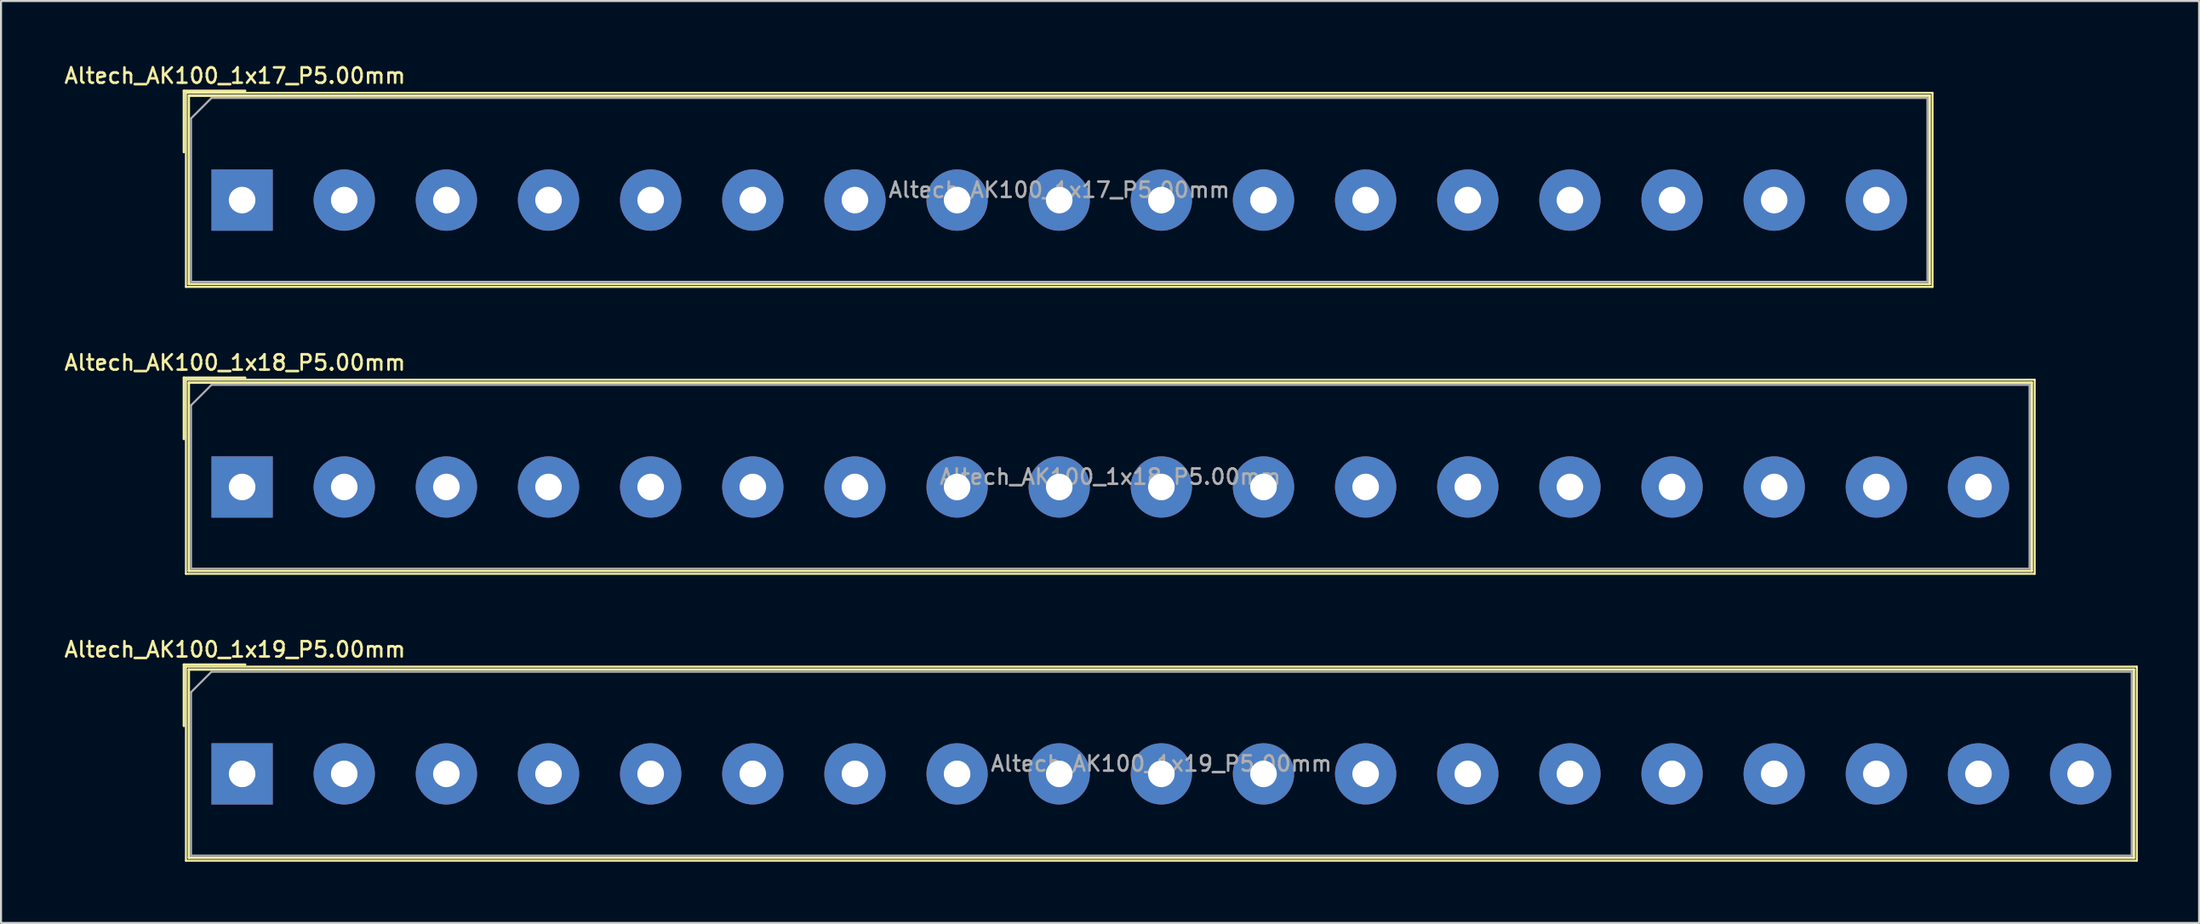
<source format=kicad_pcb>
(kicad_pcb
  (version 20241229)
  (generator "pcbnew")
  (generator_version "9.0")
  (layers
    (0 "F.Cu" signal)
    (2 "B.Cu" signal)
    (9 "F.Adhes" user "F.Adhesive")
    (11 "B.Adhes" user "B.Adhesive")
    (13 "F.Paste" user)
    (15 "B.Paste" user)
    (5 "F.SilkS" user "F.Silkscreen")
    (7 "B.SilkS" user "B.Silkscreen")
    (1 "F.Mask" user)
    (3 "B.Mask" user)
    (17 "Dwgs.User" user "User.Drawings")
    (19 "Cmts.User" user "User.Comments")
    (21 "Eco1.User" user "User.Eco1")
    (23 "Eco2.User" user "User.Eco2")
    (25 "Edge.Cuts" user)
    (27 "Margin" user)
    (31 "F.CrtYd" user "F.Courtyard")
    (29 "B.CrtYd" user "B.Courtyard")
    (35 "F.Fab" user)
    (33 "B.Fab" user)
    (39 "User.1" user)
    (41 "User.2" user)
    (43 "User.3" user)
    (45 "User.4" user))
  (footprint "Altech_AK100_1x18_P5.00mm"
    (layer "F.Cu")
    (at 8.802 20.796)
    (property "Reference" "Altech_AK100_1x18_P5.00mm" (at -0.35 -6.09 0) (layer "F.SilkS") (effects (font (size 0.75 0.75) (thickness 0.125))))
    (attr through_hole)
    (fp_line (start -2.85 -5.35) (end 0.15 -5.35) (stroke (width 0.12) (type solid)) (layer "F.SilkS"))
    (fp_line (start -2.85 -2.35) (end -2.85 -5.35) (stroke (width 0.12) (type solid)) (layer "F.SilkS"))
    (fp_line (start -2.75 -5.25) (end -2.75 4.25) (stroke (width 0.1) (type solid)) (layer "F.SilkS"))
    (fp_line (start -2.75 -5.25) (end 87.75 -5.25) (stroke (width 0.1) (type solid)) (layer "F.SilkS"))
    (fp_line (start -2.75 4.25) (end 87.75 4.25) (stroke (width 0.1) (type solid)) (layer "F.SilkS"))
    (fp_line (start -2.61 -5.11) (end -2.61 4.11) (stroke (width 0.12) (type solid)) (layer "F.SilkS"))
    (fp_line (start -2.61 -5.11) (end 87.61 -5.11) (stroke (width 0.12) (type solid)) (layer "F.SilkS"))
    (fp_line (start -2.61 4.11) (end 87.61 4.11) (stroke (width 0.12) (type solid)) (layer "F.SilkS"))
    (fp_line (start 87.61 -5.11) (end 87.61 4.11) (stroke (width 0.12) (type solid)) (layer "F.SilkS"))
    (fp_line (start 87.75 -5.25) (end 87.75 4.25) (stroke (width 0.1) (type solid)) (layer "F.SilkS"))
    (fp_line (start -2.5 -4) (end -1.5 -5) (stroke (width 0.1) (type solid)) (layer "F.Fab"))
    (fp_line (start -2.5 4) (end -2.5 -4) (stroke (width 0.1) (type solid)) (layer "F.Fab"))
    (fp_line (start -1.5 -5) (end 87.5 -5) (stroke (width 0.1) (type solid)) (layer "F.Fab"))
    (fp_line (start 87.5 -5) (end 87.5 4) (stroke (width 0.1) (type solid)) (layer "F.Fab"))
    (fp_line (start 87.5 4) (end -2.5 4) (stroke (width 0.1) (type solid)) (layer "F.Fab"))
    (fp_text user "${REFERENCE}" (at 42.5 -0.5 0) (layer "F.Fab") (effects (font (size 0.75 0.75) (thickness 0.125))))
    (pad "1" thru_hole rect (at 0 0) (size 3 3) (drill 1.3) (layers "*.Cu" "*.Mask"))
    (pad "2" thru_hole circle (at 5 0) (size 3 3) (drill 1.3) (layers "*.Cu" "*.Mask"))
    (pad "3" thru_hole circle (at 10 0) (size 3 3) (drill 1.3) (layers "*.Cu" "*.Mask"))
    (pad "4" thru_hole circle (at 15 0) (size 3 3) (drill 1.3) (layers "*.Cu" "*.Mask"))
    (pad "5" thru_hole circle (at 20 0) (size 3 3) (drill 1.3) (layers "*.Cu" "*.Mask"))
    (pad "6" thru_hole circle (at 25 0) (size 3 3) (drill 1.3) (layers "*.Cu" "*.Mask"))
    (pad "7" thru_hole circle (at 30 0) (size 3 3) (drill 1.3) (layers "*.Cu" "*.Mask"))
    (pad "8" thru_hole circle (at 35 0) (size 3 3) (drill 1.3) (layers "*.Cu" "*.Mask"))
    (pad "9" thru_hole circle (at 40 0) (size 3 3) (drill 1.3) (layers "*.Cu" "*.Mask"))
    (pad "10" thru_hole circle (at 45 0) (size 3 3) (drill 1.3) (layers "*.Cu" "*.Mask"))
    (pad "11" thru_hole circle (at 50 0) (size 3 3) (drill 1.3) (layers "*.Cu" "*.Mask"))
    (pad "12" thru_hole circle (at 55 0) (size 3 3) (drill 1.3) (layers "*.Cu" "*.Mask"))
    (pad "13" thru_hole circle (at 60 0) (size 3 3) (drill 1.3) (layers "*.Cu" "*.Mask"))
    (pad "14" thru_hole circle (at 65 0) (size 3 3) (drill 1.3) (layers "*.Cu" "*.Mask"))
    (pad "15" thru_hole circle (at 70 0) (size 3 3) (drill 1.3) (layers "*.Cu" "*.Mask"))
    (pad "16" thru_hole circle (at 75 0) (size 3 3) (drill 1.3) (layers "*.Cu" "*.Mask"))
    (pad "17" thru_hole circle (at 80 0) (size 3 3) (drill 1.3) (layers "*.Cu" "*.Mask"))
    (pad "18" thru_hole circle (at 85 0) (size 3 3) (drill 1.3) (layers "*.Cu" "*.Mask")))
  (footprint "Altech_AK100_1x19_P5.00mm"
    (layer "F.Cu")
    (at 8.802 34.844)
    (property "Reference" "Altech_AK100_1x19_P5.00mm" (at -0.35 -6.09 0) (layer "F.SilkS") (effects (font (size 0.75 0.75) (thickness 0.125))))
    (attr through_hole)
    (fp_line (start -2.85 -5.35) (end 0.15 -5.35) (stroke (width 0.12) (type solid)) (layer "F.SilkS"))
    (fp_line (start -2.85 -2.35) (end -2.85 -5.35) (stroke (width 0.12) (type solid)) (layer "F.SilkS"))
    (fp_line (start -2.75 -5.25) (end -2.75 4.25) (stroke (width 0.1) (type solid)) (layer "F.SilkS"))
    (fp_line (start -2.75 -5.25) (end 92.75 -5.25) (stroke (width 0.1) (type solid)) (layer "F.SilkS"))
    (fp_line (start -2.75 4.25) (end 92.75 4.25) (stroke (width 0.1) (type solid)) (layer "F.SilkS"))
    (fp_line (start -2.61 -5.11) (end -2.61 4.11) (stroke (width 0.12) (type solid)) (layer "F.SilkS"))
    (fp_line (start -2.61 -5.11) (end 92.61 -5.11) (stroke (width 0.12) (type solid)) (layer "F.SilkS"))
    (fp_line (start -2.61 4.11) (end 92.61 4.11) (stroke (width 0.12) (type solid)) (layer "F.SilkS"))
    (fp_line (start 92.61 -5.11) (end 92.61 4.11) (stroke (width 0.12) (type solid)) (layer "F.SilkS"))
    (fp_line (start 92.75 -5.25) (end 92.75 4.25) (stroke (width 0.1) (type solid)) (layer "F.SilkS"))
    (fp_line (start -2.5 -4) (end -1.5 -5) (stroke (width 0.1) (type solid)) (layer "F.Fab"))
    (fp_line (start -2.5 4) (end -2.5 -4) (stroke (width 0.1) (type solid)) (layer "F.Fab"))
    (fp_line (start -1.5 -5) (end 92.5 -5) (stroke (width 0.1) (type solid)) (layer "F.Fab"))
    (fp_line (start 92.5 -5) (end 92.5 4) (stroke (width 0.1) (type solid)) (layer "F.Fab"))
    (fp_line (start 92.5 4) (end -2.5 4) (stroke (width 0.1) (type solid)) (layer "F.Fab"))
    (fp_text user "${REFERENCE}" (at 45 -0.5 0) (layer "F.Fab") (effects (font (size 0.75 0.75) (thickness 0.125))))
    (pad "1" thru_hole rect (at 0 0) (size 3 3) (drill 1.3) (layers "*.Cu" "*.Mask"))
    (pad "2" thru_hole circle (at 5 0) (size 3 3) (drill 1.3) (layers "*.Cu" "*.Mask"))
    (pad "3" thru_hole circle (at 10 0) (size 3 3) (drill 1.3) (layers "*.Cu" "*.Mask"))
    (pad "4" thru_hole circle (at 15 0) (size 3 3) (drill 1.3) (layers "*.Cu" "*.Mask"))
    (pad "5" thru_hole circle (at 20 0) (size 3 3) (drill 1.3) (layers "*.Cu" "*.Mask"))
    (pad "6" thru_hole circle (at 25 0) (size 3 3) (drill 1.3) (layers "*.Cu" "*.Mask"))
    (pad "7" thru_hole circle (at 30 0) (size 3 3) (drill 1.3) (layers "*.Cu" "*.Mask"))
    (pad "8" thru_hole circle (at 35 0) (size 3 3) (drill 1.3) (layers "*.Cu" "*.Mask"))
    (pad "9" thru_hole circle (at 40 0) (size 3 3) (drill 1.3) (layers "*.Cu" "*.Mask"))
    (pad "10" thru_hole circle (at 45 0) (size 3 3) (drill 1.3) (layers "*.Cu" "*.Mask"))
    (pad "11" thru_hole circle (at 50 0) (size 3 3) (drill 1.3) (layers "*.Cu" "*.Mask"))
    (pad "12" thru_hole circle (at 55 0) (size 3 3) (drill 1.3) (layers "*.Cu" "*.Mask"))
    (pad "13" thru_hole circle (at 60 0) (size 3 3) (drill 1.3) (layers "*.Cu" "*.Mask"))
    (pad "14" thru_hole circle (at 65 0) (size 3 3) (drill 1.3) (layers "*.Cu" "*.Mask"))
    (pad "15" thru_hole circle (at 70 0) (size 3 3) (drill 1.3) (layers "*.Cu" "*.Mask"))
    (pad "16" thru_hole circle (at 75 0) (size 3 3) (drill 1.3) (layers "*.Cu" "*.Mask"))
    (pad "17" thru_hole circle (at 80 0) (size 3 3) (drill 1.3) (layers "*.Cu" "*.Mask"))
    (pad "18" thru_hole circle (at 85 0) (size 3 3) (drill 1.3) (layers "*.Cu" "*.Mask"))
    (pad "19" thru_hole circle (at 90 0) (size 3 3) (drill 1.3) (layers "*.Cu" "*.Mask")))
  (footprint "Altech_AK100_1x17_P5.00mm"
    (layer "F.Cu")
    (at 8.802 6.748)
    (property "Reference" "Altech_AK100_1x17_P5.00mm" (at -0.35 -6.09 0) (layer "F.SilkS") (effects (font (size 0.75 0.75) (thickness 0.125))))
    (attr through_hole)
    (fp_line (start -2.85 -5.35) (end 0.15 -5.35) (stroke (width 0.12) (type solid)) (layer "F.SilkS"))
    (fp_line (start -2.85 -2.35) (end -2.85 -5.35) (stroke (width 0.12) (type solid)) (layer "F.SilkS"))
    (fp_line (start -2.75 -5.25) (end -2.75 4.25) (stroke (width 0.1) (type solid)) (layer "F.SilkS"))
    (fp_line (start -2.75 -5.25) (end 82.75 -5.25) (stroke (width 0.1) (type solid)) (layer "F.SilkS"))
    (fp_line (start -2.75 4.25) (end 82.75 4.25) (stroke (width 0.1) (type solid)) (layer "F.SilkS"))
    (fp_line (start -2.61 -5.11) (end -2.61 4.11) (stroke (width 0.12) (type solid)) (layer "F.SilkS"))
    (fp_line (start -2.61 -5.11) (end 82.61 -5.11) (stroke (width 0.12) (type solid)) (layer "F.SilkS"))
    (fp_line (start -2.61 4.11) (end 82.61 4.11) (stroke (width 0.12) (type solid)) (layer "F.SilkS"))
    (fp_line (start 82.61 -5.11) (end 82.61 4.11) (stroke (width 0.12) (type solid)) (layer "F.SilkS"))
    (fp_line (start 82.75 -5.25) (end 82.75 4.25) (stroke (width 0.1) (type solid)) (layer "F.SilkS"))
    (fp_line (start -2.5 -4) (end -1.5 -5) (stroke (width 0.1) (type solid)) (layer "F.Fab"))
    (fp_line (start -2.5 4) (end -2.5 -4) (stroke (width 0.1) (type solid)) (layer "F.Fab"))
    (fp_line (start -1.5 -5) (end 82.5 -5) (stroke (width 0.1) (type solid)) (layer "F.Fab"))
    (fp_line (start 82.5 -5) (end 82.5 4) (stroke (width 0.1) (type solid)) (layer "F.Fab"))
    (fp_line (start 82.5 4) (end -2.5 4) (stroke (width 0.1) (type solid)) (layer "F.Fab"))
    (fp_text user "${REFERENCE}" (at 40 -0.5 0) (layer "F.Fab") (effects (font (size 0.75 0.75) (thickness 0.125))))
    (pad "1" thru_hole rect (at 0 0) (size 3 3) (drill 1.3) (layers "*.Cu" "*.Mask"))
    (pad "2" thru_hole circle (at 5 0) (size 3 3) (drill 1.3) (layers "*.Cu" "*.Mask"))
    (pad "3" thru_hole circle (at 10 0) (size 3 3) (drill 1.3) (layers "*.Cu" "*.Mask"))
    (pad "4" thru_hole circle (at 15 0) (size 3 3) (drill 1.3) (layers "*.Cu" "*.Mask"))
    (pad "5" thru_hole circle (at 20 0) (size 3 3) (drill 1.3) (layers "*.Cu" "*.Mask"))
    (pad "6" thru_hole circle (at 25 0) (size 3 3) (drill 1.3) (layers "*.Cu" "*.Mask"))
    (pad "7" thru_hole circle (at 30 0) (size 3 3) (drill 1.3) (layers "*.Cu" "*.Mask"))
    (pad "8" thru_hole circle (at 35 0) (size 3 3) (drill 1.3) (layers "*.Cu" "*.Mask"))
    (pad "9" thru_hole circle (at 40 0) (size 3 3) (drill 1.3) (layers "*.Cu" "*.Mask"))
    (pad "10" thru_hole circle (at 45 0) (size 3 3) (drill 1.3) (layers "*.Cu" "*.Mask"))
    (pad "11" thru_hole circle (at 50 0) (size 3 3) (drill 1.3) (layers "*.Cu" "*.Mask"))
    (pad "12" thru_hole circle (at 55 0) (size 3 3) (drill 1.3) (layers "*.Cu" "*.Mask"))
    (pad "13" thru_hole circle (at 60 0) (size 3 3) (drill 1.3) (layers "*.Cu" "*.Mask"))
    (pad "14" thru_hole circle (at 65 0) (size 3 3) (drill 1.3) (layers "*.Cu" "*.Mask"))
    (pad "15" thru_hole circle (at 70 0) (size 3 3) (drill 1.3) (layers "*.Cu" "*.Mask"))
    (pad "16" thru_hole circle (at 75 0) (size 3 3) (drill 1.3) (layers "*.Cu" "*.Mask"))
    (pad "17" thru_hole circle (at 80 0) (size 3 3) (drill 1.3) (layers "*.Cu" "*.Mask")))
  (gr_rect
    (start -3 -3)
    (end 104.602 42.144)
    (stroke (width 0.1) (type default))
    (fill no)
    (layer "Edge.Cuts")))
</source>
